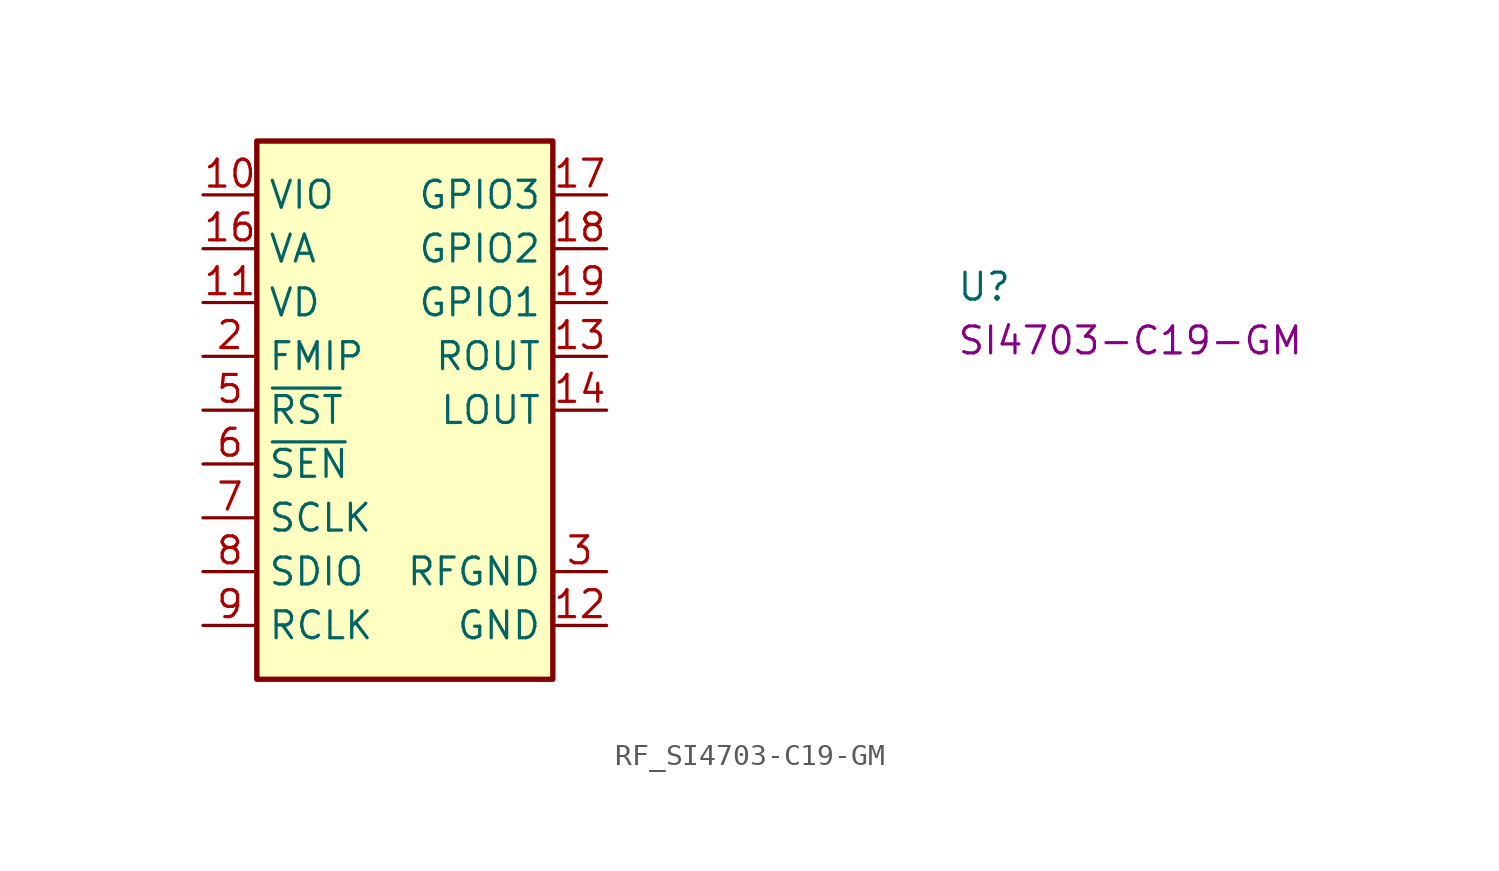
<source format=kicad_sym>
(kicad_symbol_lib
  (version 20220914)
  (generator kicad_symbol_editor)
  (symbol "RF_SI4703-C19-GM"
    (property "Reference" "U"
      (at 35.56 -5.08 0)
      (effects (font (size 1.27 1.27) (thickness 0.15)) (justify left bottom)))
    (property "MPN" "SI4703-C19-GM"
      (at 35.56 -7.62 0)
      (effects (font (size 1.27 1.27) (thickness 0.15)) (justify left bottom)))
    (symbol "RF_SI4703-C19-GM_1_1"
      (rectangle (start 2.54 2.54) (end 16.51 -22.86) (stroke (width 0.254) (type default)) (fill (type background)))
      (pin no_connect line (at 16.51 -13.97 180) (length 2.54) hide (name "NC" (effects (font (size 1.27 1.27)))) (number "1" (effects (font (size 1.27 1.27)))))
      (pin power_in line (at 0 0 0) (length 2.54) (name "VIO" (effects (font (size 1.27 1.27)))) (number "10" (effects (font (size 1.27 1.27)))))
      (pin power_in line (at 0 -5.08 0) (length 2.54) (name "VD" (effects (font (size 1.27 1.27)))) (number "11" (effects (font (size 1.27 1.27)))))
      (pin power_in line (at 19.05 -20.32 180) (length 2.54) (name "GND" (effects (font (size 1.27 1.27)))) (number "12" (effects (font (size 1.27 1.27)))))
      (pin output line (at 19.05 -7.62 180) (length 2.54) (name "ROUT" (effects (font (size 1.27 1.27)))) (number "13" (effects (font (size 1.27 1.27)))))
      (pin output line (at 19.05 -10.16 180) (length 2.54) (name "LOUT" (effects (font (size 1.27 1.27)))) (number "14" (effects (font (size 1.27 1.27)))))
      (pin passive line (at 19.05 -20.32 180) (length 2.54) hide (name "GND" (effects (font (size 1.27 1.27)))) (number "15" (effects (font (size 1.27 1.27)))))
      (pin power_in line (at 0 -2.54 0) (length 2.54) (name "VA" (effects (font (size 1.27 1.27)))) (number "16" (effects (font (size 1.27 1.27)))))
      (pin output line (at 19.05 0 180) (length 2.54) (name "GPIO3" (effects (font (size 1.27 1.27)))) (number "17" (effects (font (size 1.27 1.27)))))
      (pin output line (at 19.05 -2.54 180) (length 2.54) (name "GPIO2" (effects (font (size 1.27 1.27)))) (number "18" (effects (font (size 1.27 1.27)))))
      (pin output line (at 19.05 -5.08 180) (length 2.54) (name "GPIO1" (effects (font (size 1.27 1.27)))) (number "19" (effects (font (size 1.27 1.27)))))
      (pin input line (at 0 -7.62 0) (length 2.54) (name "FMIP" (effects (font (size 1.27 1.27)))) (number "2" (effects (font (size 1.27 1.27)))))
      (pin no_connect line (at 16.51 -12.7 180) (length 2.54) hide (name "NC" (effects (font (size 1.27 1.27)))) (number "20" (effects (font (size 1.27 1.27)))))
      (pin passive line (at 19.05 -20.32 180) (length 2.54) hide (name "GND" (effects (font (size 1.27 1.27)))) (number "21" (effects (font (size 1.27 1.27)))))
      (pin power_in line (at 19.05 -17.78 180) (length 2.54) (name "RFGND" (effects (font (size 1.27 1.27)))) (number "3" (effects (font (size 1.27 1.27)))))
      (pin passive line (at 19.05 -20.32 180) (length 2.54) hide (name "GND" (effects (font (size 1.27 1.27)))) (number "4" (effects (font (size 1.27 1.27)))))
      (pin input line (at 0 -10.16 0) (length 2.54) (name "~{RST}" (effects (font (size 1.27 1.27)))) (number "5" (effects (font (size 1.27 1.27)))))
      (pin input line (at 0 -12.7 0) (length 2.54) (name "~{SEN}" (effects (font (size 1.27 1.27)))) (number "6" (effects (font (size 1.27 1.27)))))
      (pin input line (at 0 -15.24 0) (length 2.54) (name "SCLK" (effects (font (size 1.27 1.27)))) (number "7" (effects (font (size 1.27 1.27)))))
      (pin bidirectional line (at 0 -17.78 0) (length 2.54) (name "SDIO" (effects (font (size 1.27 1.27)))) (number "8" (effects (font (size 1.27 1.27)))))
      (pin input line (at 0 -20.32 0) (length 2.54) (name "RCLK" (effects (font (size 1.27 1.27)))) (number "9" (effects (font (size 1.27 1.27))))))))
</source>
